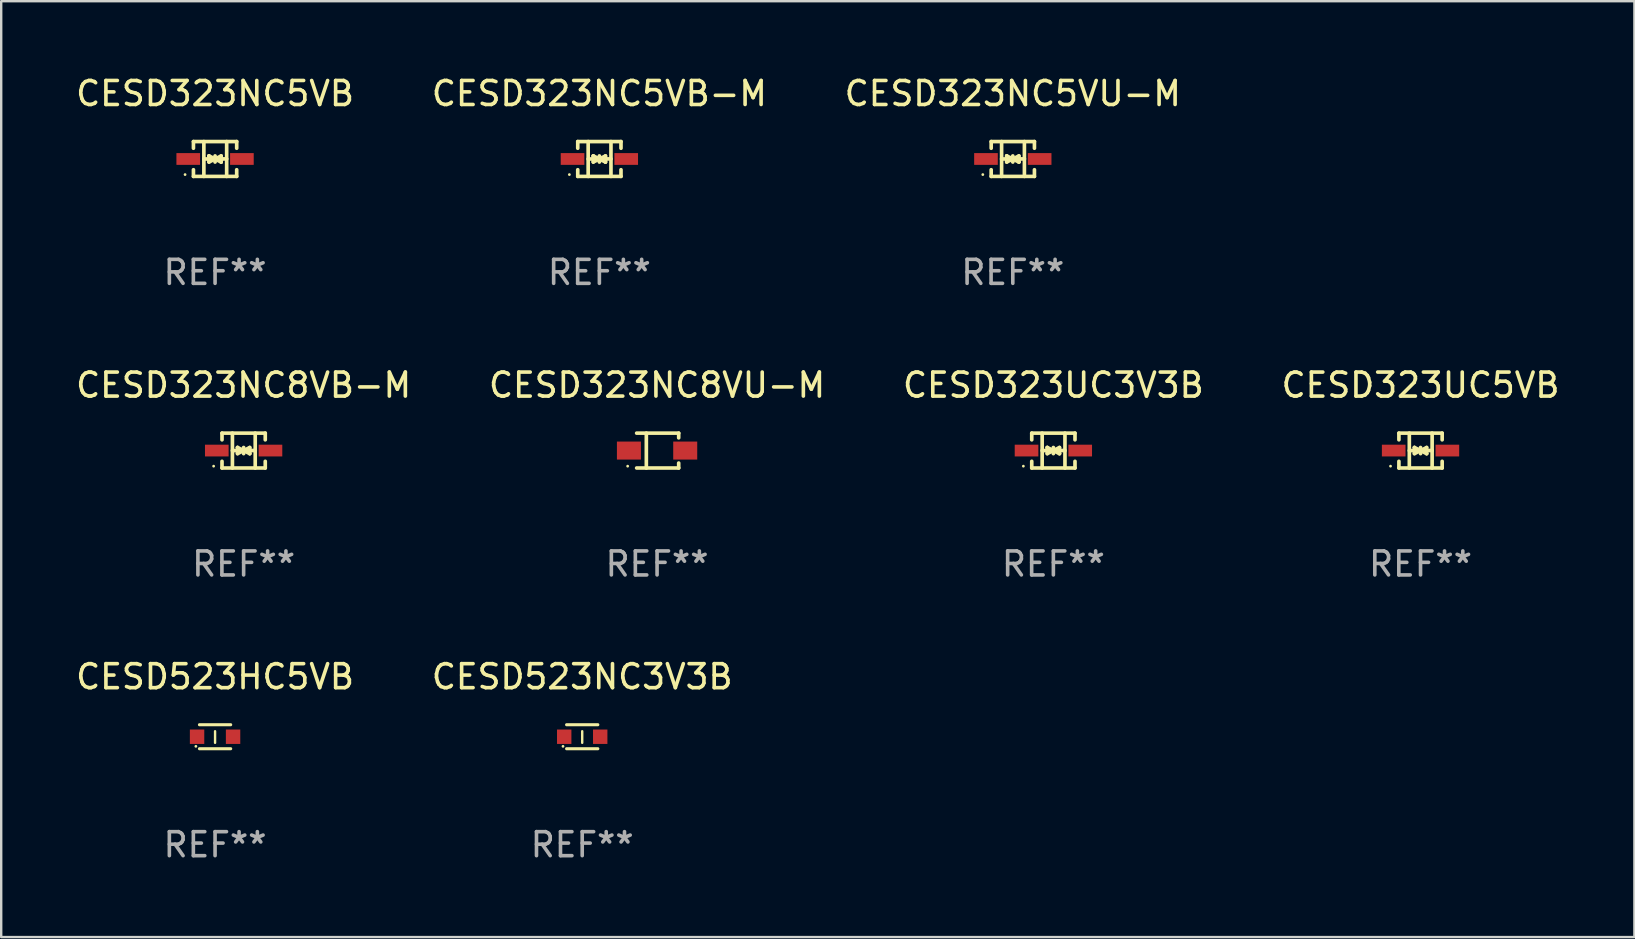
<source format=kicad_pcb>
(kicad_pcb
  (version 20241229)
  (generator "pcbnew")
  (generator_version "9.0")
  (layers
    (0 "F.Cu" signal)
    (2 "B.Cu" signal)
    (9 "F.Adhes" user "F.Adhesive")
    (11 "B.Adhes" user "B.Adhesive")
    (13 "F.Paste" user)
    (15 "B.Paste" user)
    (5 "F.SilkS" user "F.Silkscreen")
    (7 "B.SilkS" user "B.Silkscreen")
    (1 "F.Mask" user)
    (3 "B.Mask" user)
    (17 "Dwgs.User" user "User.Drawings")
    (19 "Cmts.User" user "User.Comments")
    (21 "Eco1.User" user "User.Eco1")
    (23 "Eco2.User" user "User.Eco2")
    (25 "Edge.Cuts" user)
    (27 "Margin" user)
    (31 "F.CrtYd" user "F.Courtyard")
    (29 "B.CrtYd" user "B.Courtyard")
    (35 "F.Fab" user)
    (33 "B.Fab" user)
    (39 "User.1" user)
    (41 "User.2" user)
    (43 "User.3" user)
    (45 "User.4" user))
  (footprint "CESD323NC5VB"
    (layer "F.Cu")
    (at 5.911 3.574)
    (property "Reference" "CESD323NC5VB" (at 0 -2.726 0) (layer "F.SilkS") (effects (font (size 1 1) (thickness 0.15))))
    (attr through_hole)
    (fp_line (start -0.901 -0.726) (end -0.901 -0.448) (stroke (width 0.152) (type solid)) (layer "F.SilkS"))
    (fp_line (start -0.901 0.726) (end -0.901 0.448) (stroke (width 0.152) (type solid)) (layer "F.SilkS"))
    (fp_line (start -0.467 0) (end 0.483 -0.003) (stroke (width 0.154) (type solid)) (layer "F.SilkS"))
    (fp_line (start -0.467 0.726) (end -0.467 -0.726) (stroke (width 0.152) (type solid)) (layer "F.SilkS"))
    (fp_line (start -0.254 -0.127) (end -0.254 -0.127) (stroke (width 0.154) (type solid)) (layer "F.SilkS"))
    (fp_line (start -0.254 -0.127) (end -0.002 -0.003) (stroke (width 0.154) (type solid)) (layer "F.SilkS"))
    (fp_line (start -0.254 0.127) (end -0.254 -0.127) (stroke (width 0.154) (type solid)) (layer "F.SilkS"))
    (fp_line (start -0.127 0) (end 0.003 0) (stroke (width 0.154) (type solid)) (layer "F.SilkS"))
    (fp_line (start -0.003 0) (end -0.254 0.127) (stroke (width 0.154) (type solid)) (layer "F.SilkS"))
    (fp_line (start 0 -0.127) (end 0 0.127) (stroke (width 0.154) (type solid)) (layer "F.SilkS"))
    (fp_line (start 0.003 0) (end 0.254 -0.127) (stroke (width 0.154) (type solid)) (layer "F.SilkS"))
    (fp_line (start 0.127 0) (end -0.003 0) (stroke (width 0.154) (type solid)) (layer "F.SilkS"))
    (fp_line (start 0.254 -0.127) (end 0.254 0.127) (stroke (width 0.154) (type solid)) (layer "F.SilkS"))
    (fp_line (start 0.254 0.127) (end 0.002 0.003) (stroke (width 0.154) (type solid)) (layer "F.SilkS"))
    (fp_line (start 0.254 0.127) (end 0.254 0.127) (stroke (width 0.154) (type solid)) (layer "F.SilkS"))
    (fp_line (start 0.483 0.726) (end 0.483 -0.726) (stroke (width 0.152) (type solid)) (layer "F.SilkS"))
    (fp_line (start 0.901 -0.726) (end -0.901 -0.726) (stroke (width 0.152) (type solid)) (layer "F.SilkS"))
    (fp_line (start 0.901 -0.726) (end 0.901 -0.448) (stroke (width 0.152) (type solid)) (layer "F.SilkS"))
    (fp_line (start 0.901 0.726) (end -0.901 0.726) (stroke (width 0.152) (type solid)) (layer "F.SilkS"))
    (fp_line (start 0.901 0.726) (end 0.901 0.448) (stroke (width 0.152) (type solid)) (layer "F.SilkS"))
    (fp_circle (center -1.25 0.65) (end -1.22 0.65) (stroke (width 0.06) (type solid)) (fill no) (layer "F.SilkS"))
    (fp_text user "REF**" (at 0 4.726 0) (layer "F.Fab") (effects (font (size 1 1) (thickness 0.15))))
    (pad "1" smd rect (at -1.118 0) (size 0.985 0.49) (layers "F.Cu" "F.Mask" "F.Paste"))
    (pad "2" smd rect (at 1.118 0) (size 0.985 0.49) (layers "F.Cu" "F.Mask" "F.Paste")))
  (footprint "CESD323NC5VB-M"
    (layer "F.Cu")
    (at 21.923 3.574)
    (property "Reference" "CESD323NC5VB-M" (at 0 -2.726 0) (layer "F.SilkS") (effects (font (size 1 1) (thickness 0.15))))
    (attr through_hole)
    (fp_line (start -0.901 -0.726) (end -0.901 -0.448) (stroke (width 0.152) (type solid)) (layer "F.SilkS"))
    (fp_line (start -0.901 0.726) (end -0.901 0.448) (stroke (width 0.152) (type solid)) (layer "F.SilkS"))
    (fp_line (start -0.467 0) (end 0.483 -0.003) (stroke (width 0.154) (type solid)) (layer "F.SilkS"))
    (fp_line (start -0.467 0.726) (end -0.467 -0.726) (stroke (width 0.152) (type solid)) (layer "F.SilkS"))
    (fp_line (start -0.254 -0.127) (end -0.254 -0.127) (stroke (width 0.154) (type solid)) (layer "F.SilkS"))
    (fp_line (start -0.254 -0.127) (end -0.002 -0.003) (stroke (width 0.154) (type solid)) (layer "F.SilkS"))
    (fp_line (start -0.254 0.127) (end -0.254 -0.127) (stroke (width 0.154) (type solid)) (layer "F.SilkS"))
    (fp_line (start -0.127 0) (end 0.003 0) (stroke (width 0.154) (type solid)) (layer "F.SilkS"))
    (fp_line (start -0.003 0) (end -0.254 0.127) (stroke (width 0.154) (type solid)) (layer "F.SilkS"))
    (fp_line (start 0 -0.127) (end 0 0.127) (stroke (width 0.154) (type solid)) (layer "F.SilkS"))
    (fp_line (start 0.003 0) (end 0.254 -0.127) (stroke (width 0.154) (type solid)) (layer "F.SilkS"))
    (fp_line (start 0.127 0) (end -0.003 0) (stroke (width 0.154) (type solid)) (layer "F.SilkS"))
    (fp_line (start 0.254 -0.127) (end 0.254 0.127) (stroke (width 0.154) (type solid)) (layer "F.SilkS"))
    (fp_line (start 0.254 0.127) (end 0.002 0.003) (stroke (width 0.154) (type solid)) (layer "F.SilkS"))
    (fp_line (start 0.254 0.127) (end 0.254 0.127) (stroke (width 0.154) (type solid)) (layer "F.SilkS"))
    (fp_line (start 0.483 0.726) (end 0.483 -0.726) (stroke (width 0.152) (type solid)) (layer "F.SilkS"))
    (fp_line (start 0.901 -0.726) (end -0.901 -0.726) (stroke (width 0.152) (type solid)) (layer "F.SilkS"))
    (fp_line (start 0.901 -0.726) (end 0.901 -0.448) (stroke (width 0.152) (type solid)) (layer "F.SilkS"))
    (fp_line (start 0.901 0.726) (end -0.901 0.726) (stroke (width 0.152) (type solid)) (layer "F.SilkS"))
    (fp_line (start 0.901 0.726) (end 0.901 0.448) (stroke (width 0.152) (type solid)) (layer "F.SilkS"))
    (fp_circle (center -1.25 0.65) (end -1.22 0.65) (stroke (width 0.06) (type solid)) (fill no) (layer "F.SilkS"))
    (fp_text user "REF**" (at 0 4.726 0) (layer "F.Fab") (effects (font (size 1 1) (thickness 0.15))))
    (pad "1" smd rect (at -1.118 0) (size 0.985 0.49) (layers "F.Cu" "F.Mask" "F.Paste"))
    (pad "2" smd rect (at 1.118 0) (size 0.985 0.49) (layers "F.Cu" "F.Mask" "F.Paste")))
  (footprint "CESD323UC5VB"
    (layer "F.Cu")
    (at 56.137 15.723)
    (property "Reference" "CESD323UC5VB" (at 0 -2.726 0) (layer "F.SilkS") (effects (font (size 1 1) (thickness 0.15))))
    (attr through_hole)
    (fp_line (start -0.901 -0.726) (end -0.901 -0.448) (stroke (width 0.152) (type solid)) (layer "F.SilkS"))
    (fp_line (start -0.901 0.726) (end -0.901 0.448) (stroke (width 0.152) (type solid)) (layer "F.SilkS"))
    (fp_line (start -0.467 0) (end 0.483 -0.003) (stroke (width 0.154) (type solid)) (layer "F.SilkS"))
    (fp_line (start -0.467 0.726) (end -0.467 -0.726) (stroke (width 0.152) (type solid)) (layer "F.SilkS"))
    (fp_line (start -0.254 -0.127) (end -0.254 -0.127) (stroke (width 0.154) (type solid)) (layer "F.SilkS"))
    (fp_line (start -0.254 -0.127) (end -0.002 -0.003) (stroke (width 0.154) (type solid)) (layer "F.SilkS"))
    (fp_line (start -0.254 0.127) (end -0.254 -0.127) (stroke (width 0.154) (type solid)) (layer "F.SilkS"))
    (fp_line (start -0.127 0) (end 0.003 0) (stroke (width 0.154) (type solid)) (layer "F.SilkS"))
    (fp_line (start -0.003 0) (end -0.254 0.127) (stroke (width 0.154) (type solid)) (layer "F.SilkS"))
    (fp_line (start 0 -0.127) (end 0 0.127) (stroke (width 0.154) (type solid)) (layer "F.SilkS"))
    (fp_line (start 0.003 0) (end 0.254 -0.127) (stroke (width 0.154) (type solid)) (layer "F.SilkS"))
    (fp_line (start 0.127 0) (end -0.003 0) (stroke (width 0.154) (type solid)) (layer "F.SilkS"))
    (fp_line (start 0.254 -0.127) (end 0.254 0.127) (stroke (width 0.154) (type solid)) (layer "F.SilkS"))
    (fp_line (start 0.254 0.127) (end 0.002 0.003) (stroke (width 0.154) (type solid)) (layer "F.SilkS"))
    (fp_line (start 0.254 0.127) (end 0.254 0.127) (stroke (width 0.154) (type solid)) (layer "F.SilkS"))
    (fp_line (start 0.483 0.726) (end 0.483 -0.726) (stroke (width 0.152) (type solid)) (layer "F.SilkS"))
    (fp_line (start 0.901 -0.726) (end -0.901 -0.726) (stroke (width 0.152) (type solid)) (layer "F.SilkS"))
    (fp_line (start 0.901 -0.726) (end 0.901 -0.448) (stroke (width 0.152) (type solid)) (layer "F.SilkS"))
    (fp_line (start 0.901 0.726) (end -0.901 0.726) (stroke (width 0.152) (type solid)) (layer "F.SilkS"))
    (fp_line (start 0.901 0.726) (end 0.901 0.448) (stroke (width 0.152) (type solid)) (layer "F.SilkS"))
    (fp_circle (center -1.25 0.65) (end -1.22 0.65) (stroke (width 0.06) (type solid)) (fill no) (layer "F.SilkS"))
    (fp_text user "REF**" (at 0 4.726 0) (layer "F.Fab") (effects (font (size 1 1) (thickness 0.15))))
    (pad "1" smd rect (at -1.118 0) (size 0.985 0.49) (layers "F.Cu" "F.Mask" "F.Paste"))
    (pad "2" smd rect (at 1.118 0) (size 0.985 0.49) (layers "F.Cu" "F.Mask" "F.Paste")))
  (footprint "CESD523HC5VB"
    (layer "F.Cu")
    (at 5.911 27.646)
    (property "Reference" "CESD523HC5VB" (at 0 -2.5 0) (layer "F.SilkS") (effects (font (size 1 1) (thickness 0.15))))
    (attr through_hole)
    (fp_line (start -0.65 -0.5) (end 0.65 -0.5) (stroke (width 0.13) (type solid)) (layer "F.SilkS"))
    (fp_line (start -0.65 0.5) (end 0.65 0.5) (stroke (width 0.13) (type solid)) (layer "F.SilkS"))
    (fp_line (start 0 -0.229) (end 0 0.254) (stroke (width 0.1) (type solid)) (layer "F.SilkS"))
    (fp_circle (center -0.8 0.4) (end -0.77 0.4) (stroke (width 0.06) (type solid)) (fill no) (layer "F.SilkS"))
    (fp_text user "REF**" (at 0 4.5 0) (layer "F.Fab") (effects (font (size 1 1) (thickness 0.15))))
    (pad "1" smd rect (at -0.75 0) (size 0.6 0.6) (layers "F.Cu" "F.Mask" "F.Paste"))
    (pad "2" smd rect (at 0.75 0 180) (size 0.6 0.6) (layers "F.Cu" "F.Mask" "F.Paste")))
  (footprint "CESD323NC8VB-M"
    (layer "F.Cu")
    (at 7.101 15.723)
    (property "Reference" "CESD323NC8VB-M" (at 0 -2.726 0) (layer "F.SilkS") (effects (font (size 1 1) (thickness 0.15))))
    (attr through_hole)
    (fp_line (start -0.901 -0.726) (end -0.901 -0.448) (stroke (width 0.152) (type solid)) (layer "F.SilkS"))
    (fp_line (start -0.901 0.726) (end -0.901 0.448) (stroke (width 0.152) (type solid)) (layer "F.SilkS"))
    (fp_line (start -0.467 0) (end 0.483 -0.003) (stroke (width 0.154) (type solid)) (layer "F.SilkS"))
    (fp_line (start -0.467 0.726) (end -0.467 -0.726) (stroke (width 0.152) (type solid)) (layer "F.SilkS"))
    (fp_line (start -0.254 -0.127) (end -0.254 -0.127) (stroke (width 0.154) (type solid)) (layer "F.SilkS"))
    (fp_line (start -0.254 -0.127) (end -0.002 -0.003) (stroke (width 0.154) (type solid)) (layer "F.SilkS"))
    (fp_line (start -0.254 0.127) (end -0.254 -0.127) (stroke (width 0.154) (type solid)) (layer "F.SilkS"))
    (fp_line (start -0.127 0) (end 0.003 0) (stroke (width 0.154) (type solid)) (layer "F.SilkS"))
    (fp_line (start -0.003 0) (end -0.254 0.127) (stroke (width 0.154) (type solid)) (layer "F.SilkS"))
    (fp_line (start 0 -0.127) (end 0 0.127) (stroke (width 0.154) (type solid)) (layer "F.SilkS"))
    (fp_line (start 0.003 0) (end 0.254 -0.127) (stroke (width 0.154) (type solid)) (layer "F.SilkS"))
    (fp_line (start 0.127 0) (end -0.003 0) (stroke (width 0.154) (type solid)) (layer "F.SilkS"))
    (fp_line (start 0.254 -0.127) (end 0.254 0.127) (stroke (width 0.154) (type solid)) (layer "F.SilkS"))
    (fp_line (start 0.254 0.127) (end 0.002 0.003) (stroke (width 0.154) (type solid)) (layer "F.SilkS"))
    (fp_line (start 0.254 0.127) (end 0.254 0.127) (stroke (width 0.154) (type solid)) (layer "F.SilkS"))
    (fp_line (start 0.483 0.726) (end 0.483 -0.726) (stroke (width 0.152) (type solid)) (layer "F.SilkS"))
    (fp_line (start 0.901 -0.726) (end -0.901 -0.726) (stroke (width 0.152) (type solid)) (layer "F.SilkS"))
    (fp_line (start 0.901 -0.726) (end 0.901 -0.448) (stroke (width 0.152) (type solid)) (layer "F.SilkS"))
    (fp_line (start 0.901 0.726) (end -0.901 0.726) (stroke (width 0.152) (type solid)) (layer "F.SilkS"))
    (fp_line (start 0.901 0.726) (end 0.901 0.448) (stroke (width 0.152) (type solid)) (layer "F.SilkS"))
    (fp_circle (center -1.25 0.65) (end -1.22 0.65) (stroke (width 0.06) (type solid)) (fill no) (layer "F.SilkS"))
    (fp_text user "REF**" (at 0 4.726 0) (layer "F.Fab") (effects (font (size 1 1) (thickness 0.15))))
    (pad "1" smd rect (at -1.118 0) (size 0.985 0.49) (layers "F.Cu" "F.Mask" "F.Paste"))
    (pad "2" smd rect (at 1.118 0) (size 0.985 0.49) (layers "F.Cu" "F.Mask" "F.Paste")))
  (footprint "CESD523NC3V3B"
    (layer "F.Cu")
    (at 21.208 27.646)
    (property "Reference" "CESD523NC3V3B" (at 0 -2.5 0) (layer "F.SilkS") (effects (font (size 1 1) (thickness 0.15))))
    (attr through_hole)
    (fp_line (start -0.65 -0.5) (end 0.65 -0.5) (stroke (width 0.13) (type solid)) (layer "F.SilkS"))
    (fp_line (start -0.65 0.5) (end 0.65 0.5) (stroke (width 0.13) (type solid)) (layer "F.SilkS"))
    (fp_line (start 0 -0.229) (end 0 0.254) (stroke (width 0.1) (type solid)) (layer "F.SilkS"))
    (fp_circle (center -0.8 0.4) (end -0.77 0.4) (stroke (width 0.06) (type solid)) (fill no) (layer "F.SilkS"))
    (fp_text user "REF**" (at 0 4.5 0) (layer "F.Fab") (effects (font (size 1 1) (thickness 0.15))))
    (pad "1" smd rect (at -0.75 0) (size 0.6 0.6) (layers "F.Cu" "F.Mask" "F.Paste"))
    (pad "2" smd rect (at 0.75 0 180) (size 0.6 0.6) (layers "F.Cu" "F.Mask" "F.Paste")))
  (footprint "CESD323NC8VU-M"
    (layer "F.Cu")
    (at 24.327 15.723)
    (property "Reference" "CESD323NC8VU-M" (at 0 -2.726 0) (layer "F.SilkS") (effects (font (size 1 1) (thickness 0.15))))
    (attr through_hole)
    (fp_line (start -0.851 -0.726) (end 0.901 -0.726) (stroke (width 0.152) (type solid)) (layer "F.SilkS"))
    (fp_line (start -0.851 0.726) (end 0.901 0.726) (stroke (width 0.152) (type solid)) (layer "F.SilkS"))
    (fp_line (start -0.447 -0.726) (end -0.447 0.726) (stroke (width 0.152) (type solid)) (layer "F.SilkS"))
    (fp_line (start 0.901 -0.726) (end 0.901 -0.53) (stroke (width 0.152) (type solid)) (layer "F.SilkS"))
    (fp_line (start 0.901 0.726) (end 0.901 0.52) (stroke (width 0.152) (type solid)) (layer "F.SilkS"))
    (fp_circle (center -1.225 0.65) (end -1.195 0.65) (stroke (width 0.06) (type solid)) (fill no) (layer "F.SilkS"))
    (fp_text user "REF**" (at 0 4.726 0) (layer "F.Fab") (effects (font (size 1 1) (thickness 0.15))))
    (pad "1" smd rect (at -1.173 0) (size 1 0.75) (layers "F.Cu" "F.Mask" "F.Paste"))
    (pad "2" smd rect (at 1.173 0) (size 1 0.75) (layers "F.Cu" "F.Mask" "F.Paste")))
  (footprint "CESD323NC5VU-M"
    (layer "F.Cu")
    (at 39.149 3.574)
    (property "Reference" "CESD323NC5VU-M" (at 0 -2.726 0) (layer "F.SilkS") (effects (font (size 1 1) (thickness 0.15))))
    (attr through_hole)
    (fp_line (start -0.901 -0.726) (end -0.901 -0.448) (stroke (width 0.152) (type solid)) (layer "F.SilkS"))
    (fp_line (start -0.901 0.726) (end -0.901 0.448) (stroke (width 0.152) (type solid)) (layer "F.SilkS"))
    (fp_line (start -0.467 0) (end 0.483 -0.003) (stroke (width 0.154) (type solid)) (layer "F.SilkS"))
    (fp_line (start -0.467 0.726) (end -0.467 -0.726) (stroke (width 0.152) (type solid)) (layer "F.SilkS"))
    (fp_line (start -0.254 -0.127) (end -0.254 -0.127) (stroke (width 0.154) (type solid)) (layer "F.SilkS"))
    (fp_line (start -0.254 -0.127) (end -0.002 -0.003) (stroke (width 0.154) (type solid)) (layer "F.SilkS"))
    (fp_line (start -0.254 0.127) (end -0.254 -0.127) (stroke (width 0.154) (type solid)) (layer "F.SilkS"))
    (fp_line (start -0.127 0) (end 0.003 0) (stroke (width 0.154) (type solid)) (layer "F.SilkS"))
    (fp_line (start -0.003 0) (end -0.254 0.127) (stroke (width 0.154) (type solid)) (layer "F.SilkS"))
    (fp_line (start 0 -0.127) (end 0 0.127) (stroke (width 0.154) (type solid)) (layer "F.SilkS"))
    (fp_line (start 0.003 0) (end 0.254 -0.127) (stroke (width 0.154) (type solid)) (layer "F.SilkS"))
    (fp_line (start 0.127 0) (end -0.003 0) (stroke (width 0.154) (type solid)) (layer "F.SilkS"))
    (fp_line (start 0.254 -0.127) (end 0.254 0.127) (stroke (width 0.154) (type solid)) (layer "F.SilkS"))
    (fp_line (start 0.254 0.127) (end 0.002 0.003) (stroke (width 0.154) (type solid)) (layer "F.SilkS"))
    (fp_line (start 0.254 0.127) (end 0.254 0.127) (stroke (width 0.154) (type solid)) (layer "F.SilkS"))
    (fp_line (start 0.483 0.726) (end 0.483 -0.726) (stroke (width 0.152) (type solid)) (layer "F.SilkS"))
    (fp_line (start 0.901 -0.726) (end -0.901 -0.726) (stroke (width 0.152) (type solid)) (layer "F.SilkS"))
    (fp_line (start 0.901 -0.726) (end 0.901 -0.448) (stroke (width 0.152) (type solid)) (layer "F.SilkS"))
    (fp_line (start 0.901 0.726) (end -0.901 0.726) (stroke (width 0.152) (type solid)) (layer "F.SilkS"))
    (fp_line (start 0.901 0.726) (end 0.901 0.448) (stroke (width 0.152) (type solid)) (layer "F.SilkS"))
    (fp_circle (center -1.25 0.65) (end -1.22 0.65) (stroke (width 0.06) (type solid)) (fill no) (layer "F.SilkS"))
    (fp_text user "REF**" (at 0 4.726 0) (layer "F.Fab") (effects (font (size 1 1) (thickness 0.15))))
    (pad "1" smd rect (at -1.118 0) (size 0.985 0.49) (layers "F.Cu" "F.Mask" "F.Paste"))
    (pad "2" smd rect (at 1.118 0) (size 0.985 0.49) (layers "F.Cu" "F.Mask" "F.Paste")))
  (footprint "CESD323UC3V3B"
    (layer "F.Cu")
    (at 40.839 15.723)
    (property "Reference" "CESD323UC3V3B" (at 0 -2.726 0) (layer "F.SilkS") (effects (font (size 1 1) (thickness 0.15))))
    (attr through_hole)
    (fp_line (start -0.901 -0.726) (end -0.901 -0.448) (stroke (width 0.152) (type solid)) (layer "F.SilkS"))
    (fp_line (start -0.901 0.726) (end -0.901 0.448) (stroke (width 0.152) (type solid)) (layer "F.SilkS"))
    (fp_line (start -0.467 0) (end 0.483 -0.003) (stroke (width 0.154) (type solid)) (layer "F.SilkS"))
    (fp_line (start -0.467 0.726) (end -0.467 -0.726) (stroke (width 0.152) (type solid)) (layer "F.SilkS"))
    (fp_line (start -0.254 -0.127) (end -0.254 -0.127) (stroke (width 0.154) (type solid)) (layer "F.SilkS"))
    (fp_line (start -0.254 -0.127) (end -0.002 -0.003) (stroke (width 0.154) (type solid)) (layer "F.SilkS"))
    (fp_line (start -0.254 0.127) (end -0.254 -0.127) (stroke (width 0.154) (type solid)) (layer "F.SilkS"))
    (fp_line (start -0.127 0) (end 0.003 0) (stroke (width 0.154) (type solid)) (layer "F.SilkS"))
    (fp_line (start -0.003 0) (end -0.254 0.127) (stroke (width 0.154) (type solid)) (layer "F.SilkS"))
    (fp_line (start 0 -0.127) (end 0 0.127) (stroke (width 0.154) (type solid)) (layer "F.SilkS"))
    (fp_line (start 0.003 0) (end 0.254 -0.127) (stroke (width 0.154) (type solid)) (layer "F.SilkS"))
    (fp_line (start 0.127 0) (end -0.003 0) (stroke (width 0.154) (type solid)) (layer "F.SilkS"))
    (fp_line (start 0.254 -0.127) (end 0.254 0.127) (stroke (width 0.154) (type solid)) (layer "F.SilkS"))
    (fp_line (start 0.254 0.127) (end 0.002 0.003) (stroke (width 0.154) (type solid)) (layer "F.SilkS"))
    (fp_line (start 0.254 0.127) (end 0.254 0.127) (stroke (width 0.154) (type solid)) (layer "F.SilkS"))
    (fp_line (start 0.483 0.726) (end 0.483 -0.726) (stroke (width 0.152) (type solid)) (layer "F.SilkS"))
    (fp_line (start 0.901 -0.726) (end -0.901 -0.726) (stroke (width 0.152) (type solid)) (layer "F.SilkS"))
    (fp_line (start 0.901 -0.726) (end 0.901 -0.448) (stroke (width 0.152) (type solid)) (layer "F.SilkS"))
    (fp_line (start 0.901 0.726) (end -0.901 0.726) (stroke (width 0.152) (type solid)) (layer "F.SilkS"))
    (fp_line (start 0.901 0.726) (end 0.901 0.448) (stroke (width 0.152) (type solid)) (layer "F.SilkS"))
    (fp_circle (center -1.25 0.65) (end -1.22 0.65) (stroke (width 0.06) (type solid)) (fill no) (layer "F.SilkS"))
    (fp_text user "REF**" (at 0 4.726 0) (layer "F.Fab") (effects (font (size 1 1) (thickness 0.15))))
    (pad "1" smd rect (at -1.118 0) (size 0.985 0.49) (layers "F.Cu" "F.Mask" "F.Paste"))
    (pad "2" smd rect (at 1.118 0) (size 0.985 0.49) (layers "F.Cu" "F.Mask" "F.Paste")))
  (gr_rect
    (start -3 -3)
    (end 65.048 35.994)
    (stroke (width 0.1) (type default))
    (fill no)
    (layer "Edge.Cuts")))
</source>
